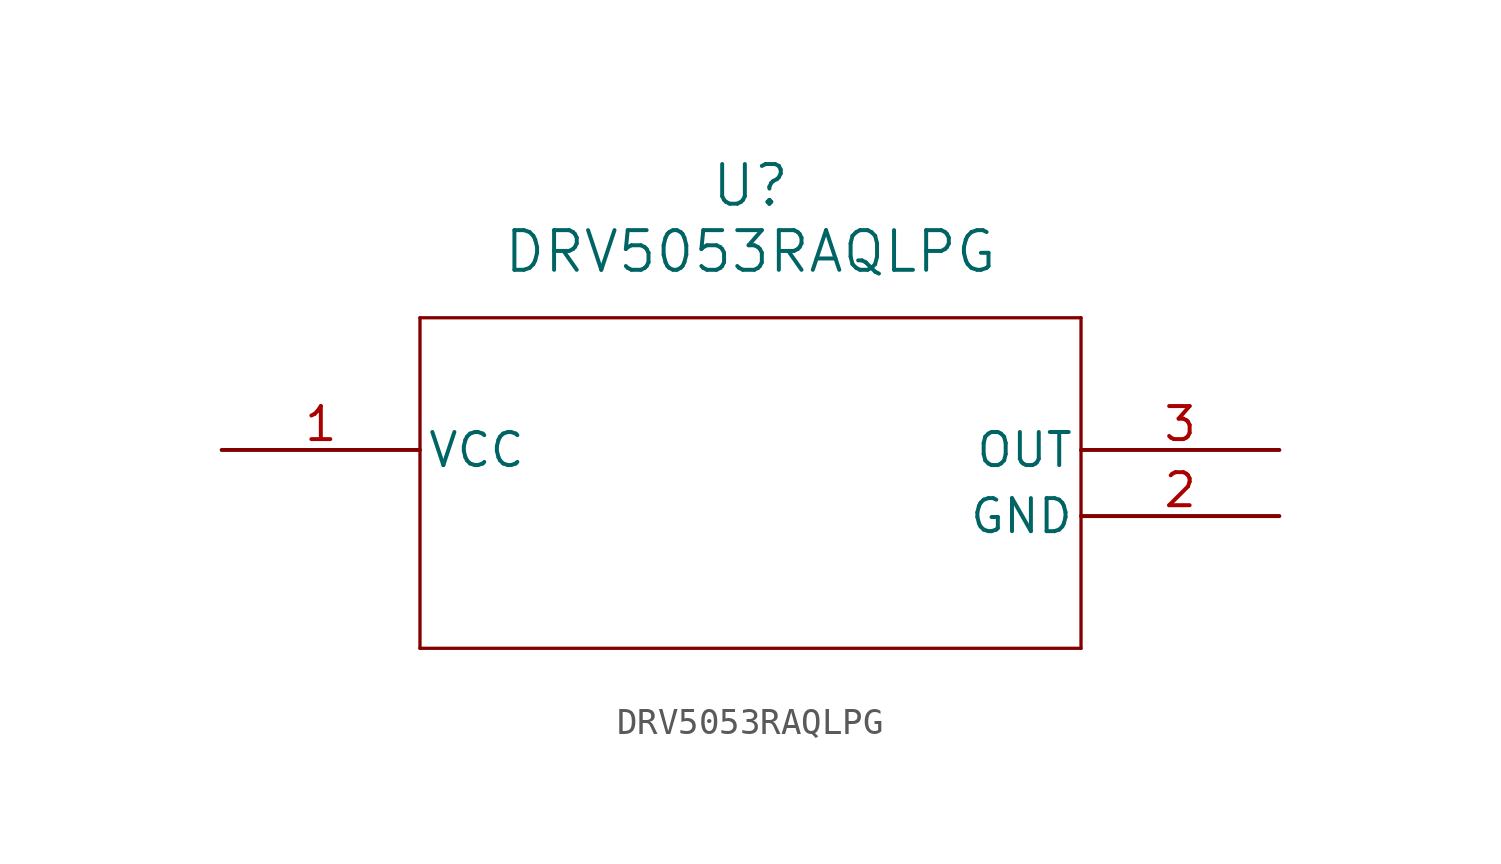
<source format=kicad_sym>
(kicad_symbol_lib
  (version 20211014)
  (generator kicad_symbol_editor)
  (symbol "DRV5053RAQLPG"
    (pin_names
      (offset 0.254))
    (property "Reference" "U"
      (at 20.32 10.16 0)
      (effects (font (size 1.524 1.524))))
    (property "Value" "DRV5053RAQLPG"
      (at 20.32 7.62 0)
      (effects (font (size 1.524 1.524))))
    (symbol "DRV5053RAQLPG_0_1"
      (polyline (pts (xy 7.62 5.08) (xy 7.62 -7.62)) (stroke (width 0.127) (type default) (color 0 0 0 0)) (fill (type none)))
      (polyline (pts (xy 7.62 -7.62) (xy 33.02 -7.62)) (stroke (width 0.127) (type default) (color 0 0 0 0)) (fill (type none)))
      (polyline (pts (xy 33.02 -7.62) (xy 33.02 5.08)) (stroke (width 0.127) (type default) (color 0 0 0 0)) (fill (type none)))
      (polyline (pts (xy 33.02 5.08) (xy 7.62 5.08)) (stroke (width 0.127) (type default) (color 0 0 0 0)) (fill (type none)))
      (pin power_in line (at 0 0 0) (length 7.62) (name "VCC" (effects (font (size 1.27 1.27)))) (number "1" (effects (font (size 1.27 1.27)))))
      (pin power_in line (at 40.64 -2.54 180) (length 7.62) (name "GND" (effects (font (size 1.27 1.27)))) (number "2" (effects (font (size 1.27 1.27)))))
      (pin output line (at 40.64 0 180) (length 7.62) (name "OUT" (effects (font (size 1.27 1.27)))) (number "3" (effects (font (size 1.27 1.27))))))))
</source>
